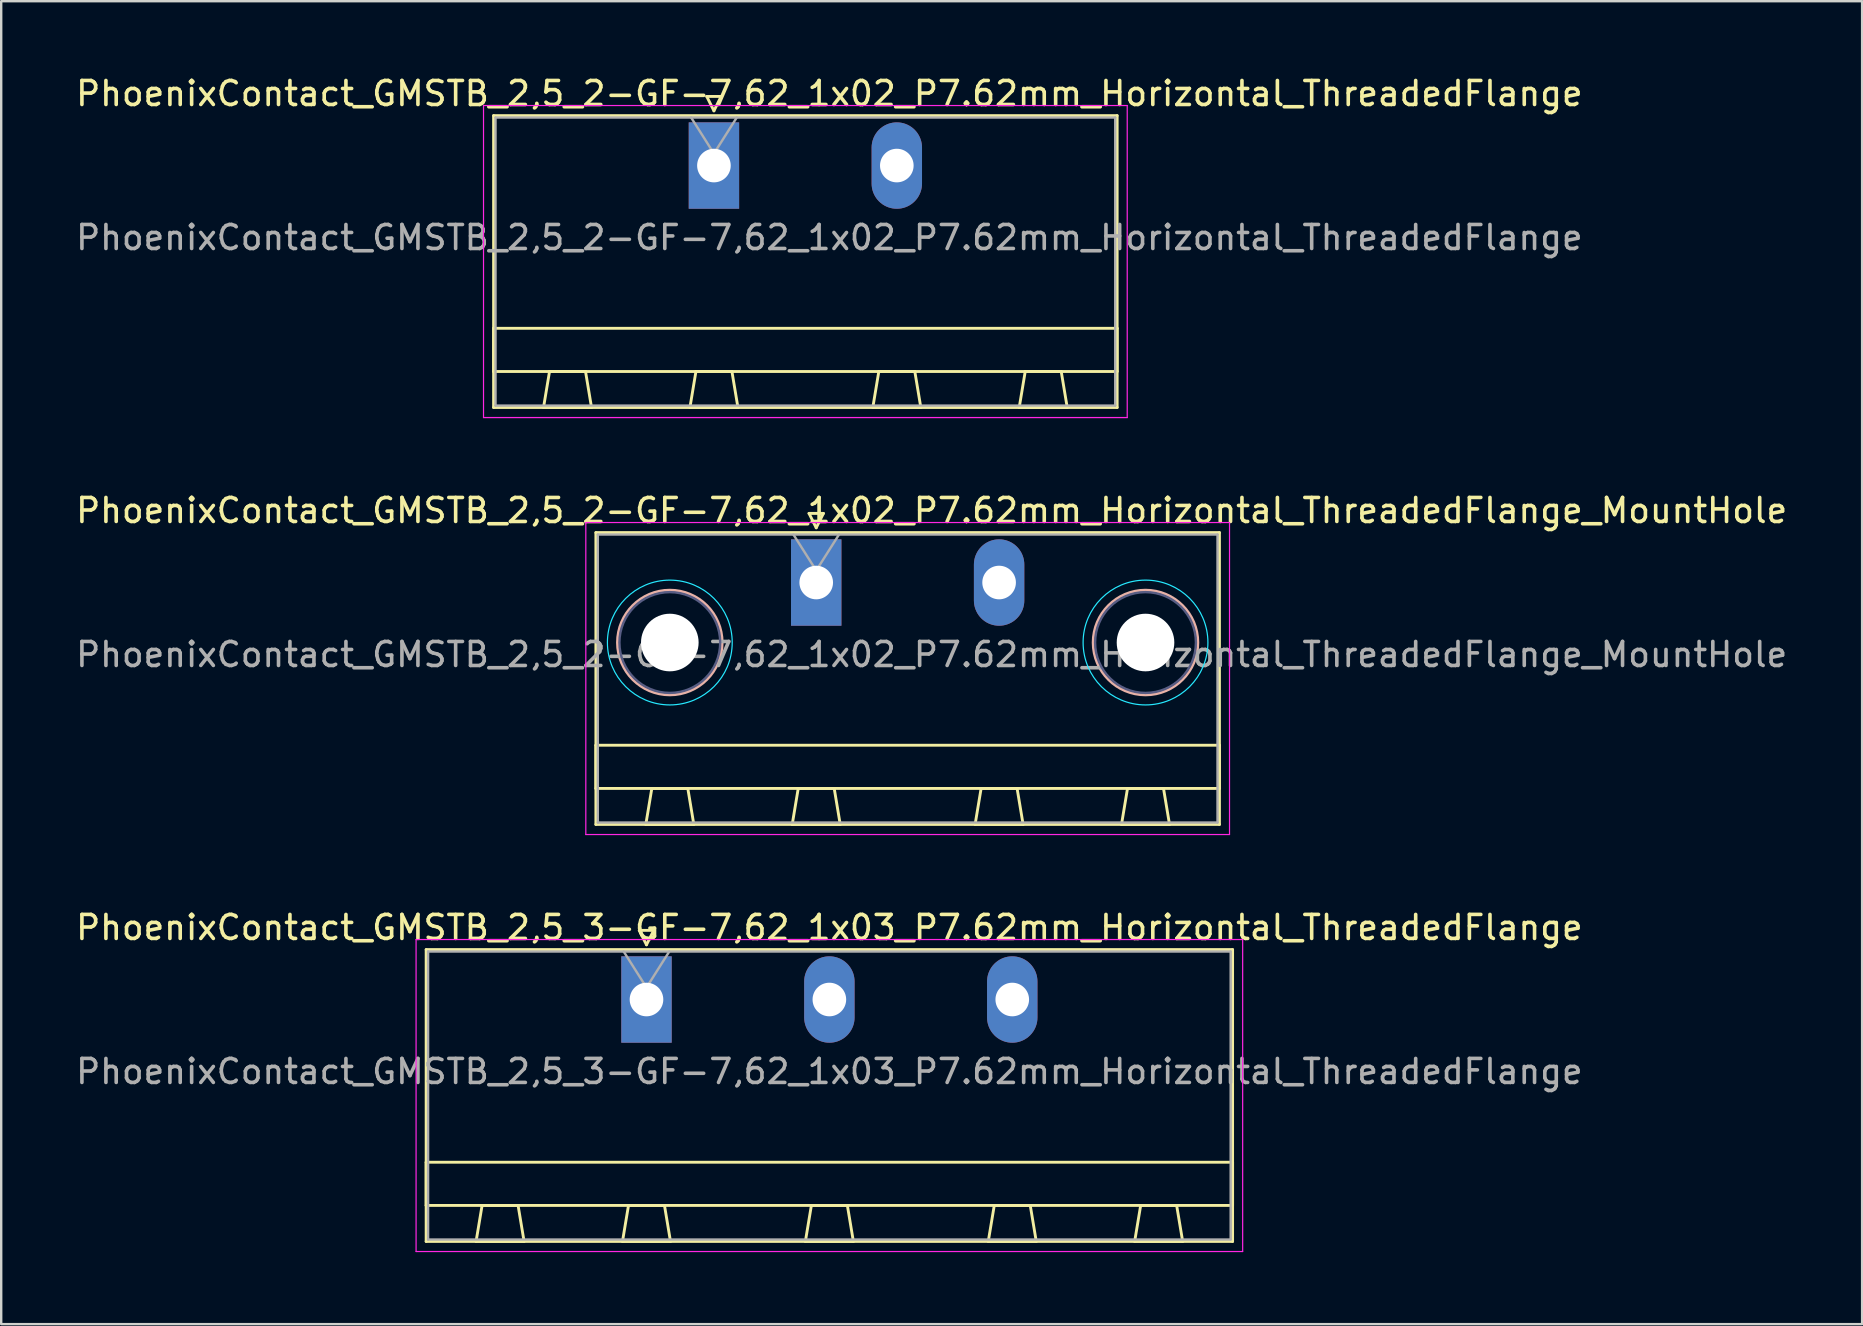
<source format=kicad_pcb>
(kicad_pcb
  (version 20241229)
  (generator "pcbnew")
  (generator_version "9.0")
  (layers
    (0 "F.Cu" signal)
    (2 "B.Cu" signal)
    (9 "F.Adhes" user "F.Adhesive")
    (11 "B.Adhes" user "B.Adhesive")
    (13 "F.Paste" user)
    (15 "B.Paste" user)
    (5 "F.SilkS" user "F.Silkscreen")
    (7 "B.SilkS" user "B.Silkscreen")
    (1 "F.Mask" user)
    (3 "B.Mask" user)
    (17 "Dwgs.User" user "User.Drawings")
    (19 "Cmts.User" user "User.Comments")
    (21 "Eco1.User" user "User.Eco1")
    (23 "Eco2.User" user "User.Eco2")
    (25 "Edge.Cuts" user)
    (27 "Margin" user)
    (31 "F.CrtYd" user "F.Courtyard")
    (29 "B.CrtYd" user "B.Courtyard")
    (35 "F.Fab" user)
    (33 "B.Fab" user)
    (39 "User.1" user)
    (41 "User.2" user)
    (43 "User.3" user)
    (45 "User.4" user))
  (footprint "PhoenixContact_GMSTB_2,5_2-GF-7,62_1x02_P7.62mm_Horizontal_ThreadedFlange_MountHole"
    (layer "F.Cu")
    (at 30.958 21.221)
    (property "Reference" "PhoenixContact_GMSTB_2,5_2-GF-7,62_1x02_P7.62mm_Horizontal_ThreadedFlange_MountHole" (at 4.81 -3 0) (layer "F.SilkS") (effects (font (size 1 1) (thickness 0.15))))
    (attr through_hole)
    (fp_line (start -9.18 -2.08) (end -9.18 10.08) (stroke (width 0.12) (type solid)) (layer "F.SilkS"))
    (fp_line (start -9.18 6.78) (end 16.8 6.78) (stroke (width 0.12) (type solid)) (layer "F.SilkS"))
    (fp_line (start -9.18 8.58) (end -9.18 6.78) (stroke (width 0.12) (type solid)) (layer "F.SilkS"))
    (fp_line (start -9.18 10.08) (end 16.8 10.08) (stroke (width 0.12) (type solid)) (layer "F.SilkS"))
    (fp_line (start -7.1 10.08) (end -5.1 10.08) (stroke (width 0.12) (type solid)) (layer "F.SilkS"))
    (fp_line (start -6.85 8.58) (end -7.1 10.08) (stroke (width 0.12) (type solid)) (layer "F.SilkS"))
    (fp_line (start -5.35 8.58) (end -6.85 8.58) (stroke (width 0.12) (type solid)) (layer "F.SilkS"))
    (fp_line (start -5.1 10.08) (end -5.35 8.58) (stroke (width 0.12) (type solid)) (layer "F.SilkS"))
    (fp_line (start -1 10.08) (end 1 10.08) (stroke (width 0.12) (type solid)) (layer "F.SilkS"))
    (fp_line (start -0.75 8.58) (end -1 10.08) (stroke (width 0.12) (type solid)) (layer "F.SilkS"))
    (fp_line (start -0.3 -2.88) (end 0.3 -2.88) (stroke (width 0.12) (type solid)) (layer "F.SilkS"))
    (fp_line (start 0 -2.28) (end -0.3 -2.88) (stroke (width 0.12) (type solid)) (layer "F.SilkS"))
    (fp_line (start 0.3 -2.88) (end 0 -2.28) (stroke (width 0.12) (type solid)) (layer "F.SilkS"))
    (fp_line (start 0.75 8.58) (end -0.75 8.58) (stroke (width 0.12) (type solid)) (layer "F.SilkS"))
    (fp_line (start 1 10.08) (end 0.75 8.58) (stroke (width 0.12) (type solid)) (layer "F.SilkS"))
    (fp_line (start 6.62 10.08) (end 8.62 10.08) (stroke (width 0.12) (type solid)) (layer "F.SilkS"))
    (fp_line (start 6.87 8.58) (end 6.62 10.08) (stroke (width 0.12) (type solid)) (layer "F.SilkS"))
    (fp_line (start 8.37 8.58) (end 6.87 8.58) (stroke (width 0.12) (type solid)) (layer "F.SilkS"))
    (fp_line (start 8.62 10.08) (end 8.37 8.58) (stroke (width 0.12) (type solid)) (layer "F.SilkS"))
    (fp_line (start 12.72 10.08) (end 14.72 10.08) (stroke (width 0.12) (type solid)) (layer "F.SilkS"))
    (fp_line (start 12.97 8.58) (end 12.72 10.08) (stroke (width 0.12) (type solid)) (layer "F.SilkS"))
    (fp_line (start 14.47 8.58) (end 12.97 8.58) (stroke (width 0.12) (type solid)) (layer "F.SilkS"))
    (fp_line (start 14.72 10.08) (end 14.47 8.58) (stroke (width 0.12) (type solid)) (layer "F.SilkS"))
    (fp_line (start 16.8 -2.08) (end -9.18 -2.08) (stroke (width 0.12) (type solid)) (layer "F.SilkS"))
    (fp_line (start 16.8 6.78) (end 16.8 8.58) (stroke (width 0.12) (type solid)) (layer "F.SilkS"))
    (fp_line (start 16.8 8.58) (end -9.18 8.58) (stroke (width 0.12) (type solid)) (layer "F.SilkS"))
    (fp_line (start 16.8 10.08) (end 16.8 -2.08) (stroke (width 0.12) (type solid)) (layer "F.SilkS"))
    (fp_circle (center -6.1 2.5) (end -3.92 2.5) (stroke (width 0.12) (type solid)) (fill no) (layer "B.SilkS"))
    (fp_circle (center 13.72 2.5) (end 15.9 2.5) (stroke (width 0.12) (type solid)) (fill no) (layer "B.SilkS"))
    (fp_circle (center -6.1 2.5) (end -3.5 2.5) (stroke (width 0.05) (type solid)) (fill no) (layer "B.CrtYd"))
    (fp_circle (center 13.72 2.5) (end 16.32 2.5) (stroke (width 0.05) (type solid)) (fill no) (layer "B.CrtYd"))
    (fp_line (start -9.6 -2.5) (end -9.6 10.5) (stroke (width 0.05) (type solid)) (layer "F.CrtYd"))
    (fp_line (start -9.6 10.5) (end 17.22 10.5) (stroke (width 0.05) (type solid)) (layer "F.CrtYd"))
    (fp_line (start 17.22 -2.5) (end -9.6 -2.5) (stroke (width 0.05) (type solid)) (layer "F.CrtYd"))
    (fp_line (start 17.22 10.5) (end 17.22 -2.5) (stroke (width 0.05) (type solid)) (layer "F.CrtYd"))
    (fp_circle (center -6.1 2.5) (end -4 2.5) (stroke (width 0.1) (type solid)) (fill no) (layer "B.Fab"))
    (fp_circle (center 13.72 2.5) (end 15.82 2.5) (stroke (width 0.1) (type solid)) (fill no) (layer "B.Fab"))
    (fp_line (start -9.1 -2) (end -9.1 10) (stroke (width 0.1) (type solid)) (layer "F.Fab"))
    (fp_line (start -9.1 10) (end 16.72 10) (stroke (width 0.1) (type solid)) (layer "F.Fab"))
    (fp_line (start 0 -0.5) (end -0.95 -2) (stroke (width 0.1) (type solid)) (layer "F.Fab"))
    (fp_line (start 0.95 -2) (end 0 -0.5) (stroke (width 0.1) (type solid)) (layer "F.Fab"))
    (fp_line (start 16.72 -2) (end -9.1 -2) (stroke (width 0.1) (type solid)) (layer "F.Fab"))
    (fp_line (start 16.72 10) (end 16.72 -2) (stroke (width 0.1) (type solid)) (layer "F.Fab"))
    (fp_text user "${REFERENCE}" (at 4.81 3 0) (layer "F.Fab") (effects (font (size 1 1) (thickness 0.15))))
    (pad "" np_thru_hole circle (at -6.1 2.5) (size 2.4 2.4) (drill 2.4) (layers "*.Cu" "*.Mask"))
    (pad "" np_thru_hole circle (at 13.72 2.5) (size 2.4 2.4) (drill 2.4) (layers "*.Cu" "*.Mask"))
    (pad "1" thru_hole rect (at 0 0) (size 2.1 3.6) (drill 1.4) (layers "*.Cu" "*.Mask"))
    (pad "2" thru_hole oval (at 7.62 0) (size 2.1 3.6) (drill 1.4) (layers "*.Cu" "*.Mask")))
  (footprint "PhoenixContact_GMSTB_2,5_3-GF-7,62_1x03_P7.62mm_Horizontal_ThreadedFlange"
    (layer "F.Cu")
    (at 23.886 38.595)
    (property "Reference" "PhoenixContact_GMSTB_2,5_3-GF-7,62_1x03_P7.62mm_Horizontal_ThreadedFlange" (at 7.62 -3 0) (layer "F.SilkS") (effects (font (size 1 1) (thickness 0.15))))
    (attr through_hole)
    (fp_line (start -9.18 -2.08) (end -9.18 10.08) (stroke (width 0.12) (type solid)) (layer "F.SilkS"))
    (fp_line (start -9.18 6.78) (end 24.42 6.78) (stroke (width 0.12) (type solid)) (layer "F.SilkS"))
    (fp_line (start -9.18 8.58) (end -9.18 6.78) (stroke (width 0.12) (type solid)) (layer "F.SilkS"))
    (fp_line (start -9.18 10.08) (end 24.42 10.08) (stroke (width 0.12) (type solid)) (layer "F.SilkS"))
    (fp_line (start -7.1 10.08) (end -5.1 10.08) (stroke (width 0.12) (type solid)) (layer "F.SilkS"))
    (fp_line (start -6.85 8.58) (end -7.1 10.08) (stroke (width 0.12) (type solid)) (layer "F.SilkS"))
    (fp_line (start -5.35 8.58) (end -6.85 8.58) (stroke (width 0.12) (type solid)) (layer "F.SilkS"))
    (fp_line (start -5.1 10.08) (end -5.35 8.58) (stroke (width 0.12) (type solid)) (layer "F.SilkS"))
    (fp_line (start -1 10.08) (end 1 10.08) (stroke (width 0.12) (type solid)) (layer "F.SilkS"))
    (fp_line (start -0.75 8.58) (end -1 10.08) (stroke (width 0.12) (type solid)) (layer "F.SilkS"))
    (fp_line (start -0.3 -2.88) (end 0.3 -2.88) (stroke (width 0.12) (type solid)) (layer "F.SilkS"))
    (fp_line (start 0 -2.28) (end -0.3 -2.88) (stroke (width 0.12) (type solid)) (layer "F.SilkS"))
    (fp_line (start 0.3 -2.88) (end 0 -2.28) (stroke (width 0.12) (type solid)) (layer "F.SilkS"))
    (fp_line (start 0.75 8.58) (end -0.75 8.58) (stroke (width 0.12) (type solid)) (layer "F.SilkS"))
    (fp_line (start 1 10.08) (end 0.75 8.58) (stroke (width 0.12) (type solid)) (layer "F.SilkS"))
    (fp_line (start 6.62 10.08) (end 8.62 10.08) (stroke (width 0.12) (type solid)) (layer "F.SilkS"))
    (fp_line (start 6.87 8.58) (end 6.62 10.08) (stroke (width 0.12) (type solid)) (layer "F.SilkS"))
    (fp_line (start 8.37 8.58) (end 6.87 8.58) (stroke (width 0.12) (type solid)) (layer "F.SilkS"))
    (fp_line (start 8.62 10.08) (end 8.37 8.58) (stroke (width 0.12) (type solid)) (layer "F.SilkS"))
    (fp_line (start 14.24 10.08) (end 16.24 10.08) (stroke (width 0.12) (type solid)) (layer "F.SilkS"))
    (fp_line (start 14.49 8.58) (end 14.24 10.08) (stroke (width 0.12) (type solid)) (layer "F.SilkS"))
    (fp_line (start 15.99 8.58) (end 14.49 8.58) (stroke (width 0.12) (type solid)) (layer "F.SilkS"))
    (fp_line (start 16.24 10.08) (end 15.99 8.58) (stroke (width 0.12) (type solid)) (layer "F.SilkS"))
    (fp_line (start 20.34 10.08) (end 22.34 10.08) (stroke (width 0.12) (type solid)) (layer "F.SilkS"))
    (fp_line (start 20.59 8.58) (end 20.34 10.08) (stroke (width 0.12) (type solid)) (layer "F.SilkS"))
    (fp_line (start 22.09 8.58) (end 20.59 8.58) (stroke (width 0.12) (type solid)) (layer "F.SilkS"))
    (fp_line (start 22.34 10.08) (end 22.09 8.58) (stroke (width 0.12) (type solid)) (layer "F.SilkS"))
    (fp_line (start 24.42 -2.08) (end -9.18 -2.08) (stroke (width 0.12) (type solid)) (layer "F.SilkS"))
    (fp_line (start 24.42 6.78) (end 24.42 8.58) (stroke (width 0.12) (type solid)) (layer "F.SilkS"))
    (fp_line (start 24.42 8.58) (end -9.18 8.58) (stroke (width 0.12) (type solid)) (layer "F.SilkS"))
    (fp_line (start 24.42 10.08) (end 24.42 -2.08) (stroke (width 0.12) (type solid)) (layer "F.SilkS"))
    (fp_line (start -9.6 -2.5) (end -9.6 10.5) (stroke (width 0.05) (type solid)) (layer "F.CrtYd"))
    (fp_line (start -9.6 10.5) (end 24.84 10.5) (stroke (width 0.05) (type solid)) (layer "F.CrtYd"))
    (fp_line (start 24.84 -2.5) (end -9.6 -2.5) (stroke (width 0.05) (type solid)) (layer "F.CrtYd"))
    (fp_line (start 24.84 10.5) (end 24.84 -2.5) (stroke (width 0.05) (type solid)) (layer "F.CrtYd"))
    (fp_line (start -9.1 -2) (end -9.1 10) (stroke (width 0.1) (type solid)) (layer "F.Fab"))
    (fp_line (start -9.1 10) (end 24.34 10) (stroke (width 0.1) (type solid)) (layer "F.Fab"))
    (fp_line (start 0 -0.5) (end -0.95 -2) (stroke (width 0.1) (type solid)) (layer "F.Fab"))
    (fp_line (start 0.95 -2) (end 0 -0.5) (stroke (width 0.1) (type solid)) (layer "F.Fab"))
    (fp_line (start 24.34 -2) (end -9.1 -2) (stroke (width 0.1) (type solid)) (layer "F.Fab"))
    (fp_line (start 24.34 10) (end 24.34 -2) (stroke (width 0.1) (type solid)) (layer "F.Fab"))
    (fp_text user "${REFERENCE}" (at 7.62 3 0) (layer "F.Fab") (effects (font (size 1 1) (thickness 0.15))))
    (pad "1" thru_hole rect (at 0 0) (size 2.1 3.6) (drill 1.4) (layers "*.Cu" "*.Mask"))
    (pad "2" thru_hole oval (at 7.62 0) (size 2.1 3.6) (drill 1.4) (layers "*.Cu" "*.Mask"))
    (pad "3" thru_hole oval (at 15.24 0) (size 2.1 3.6) (drill 1.4) (layers "*.Cu" "*.Mask")))
  (footprint "PhoenixContact_GMSTB_2,5_2-GF-7,62_1x02_P7.62mm_Horizontal_ThreadedFlange"
    (layer "F.Cu")
    (at 26.696 3.848)
    (property "Reference" "PhoenixContact_GMSTB_2,5_2-GF-7,62_1x02_P7.62mm_Horizontal_ThreadedFlange" (at 4.81 -3 0) (layer "F.SilkS") (effects (font (size 1 1) (thickness 0.15))))
    (attr through_hole)
    (fp_line (start -9.18 -2.08) (end -9.18 10.08) (stroke (width 0.12) (type solid)) (layer "F.SilkS"))
    (fp_line (start -9.18 6.78) (end 16.8 6.78) (stroke (width 0.12) (type solid)) (layer "F.SilkS"))
    (fp_line (start -9.18 8.58) (end -9.18 6.78) (stroke (width 0.12) (type solid)) (layer "F.SilkS"))
    (fp_line (start -9.18 10.08) (end 16.8 10.08) (stroke (width 0.12) (type solid)) (layer "F.SilkS"))
    (fp_line (start -7.1 10.08) (end -5.1 10.08) (stroke (width 0.12) (type solid)) (layer "F.SilkS"))
    (fp_line (start -6.85 8.58) (end -7.1 10.08) (stroke (width 0.12) (type solid)) (layer "F.SilkS"))
    (fp_line (start -5.35 8.58) (end -6.85 8.58) (stroke (width 0.12) (type solid)) (layer "F.SilkS"))
    (fp_line (start -5.1 10.08) (end -5.35 8.58) (stroke (width 0.12) (type solid)) (layer "F.SilkS"))
    (fp_line (start -1 10.08) (end 1 10.08) (stroke (width 0.12) (type solid)) (layer "F.SilkS"))
    (fp_line (start -0.75 8.58) (end -1 10.08) (stroke (width 0.12) (type solid)) (layer "F.SilkS"))
    (fp_line (start -0.3 -2.88) (end 0.3 -2.88) (stroke (width 0.12) (type solid)) (layer "F.SilkS"))
    (fp_line (start 0 -2.28) (end -0.3 -2.88) (stroke (width 0.12) (type solid)) (layer "F.SilkS"))
    (fp_line (start 0.3 -2.88) (end 0 -2.28) (stroke (width 0.12) (type solid)) (layer "F.SilkS"))
    (fp_line (start 0.75 8.58) (end -0.75 8.58) (stroke (width 0.12) (type solid)) (layer "F.SilkS"))
    (fp_line (start 1 10.08) (end 0.75 8.58) (stroke (width 0.12) (type solid)) (layer "F.SilkS"))
    (fp_line (start 6.62 10.08) (end 8.62 10.08) (stroke (width 0.12) (type solid)) (layer "F.SilkS"))
    (fp_line (start 6.87 8.58) (end 6.62 10.08) (stroke (width 0.12) (type solid)) (layer "F.SilkS"))
    (fp_line (start 8.37 8.58) (end 6.87 8.58) (stroke (width 0.12) (type solid)) (layer "F.SilkS"))
    (fp_line (start 8.62 10.08) (end 8.37 8.58) (stroke (width 0.12) (type solid)) (layer "F.SilkS"))
    (fp_line (start 12.72 10.08) (end 14.72 10.08) (stroke (width 0.12) (type solid)) (layer "F.SilkS"))
    (fp_line (start 12.97 8.58) (end 12.72 10.08) (stroke (width 0.12) (type solid)) (layer "F.SilkS"))
    (fp_line (start 14.47 8.58) (end 12.97 8.58) (stroke (width 0.12) (type solid)) (layer "F.SilkS"))
    (fp_line (start 14.72 10.08) (end 14.47 8.58) (stroke (width 0.12) (type solid)) (layer "F.SilkS"))
    (fp_line (start 16.8 -2.08) (end -9.18 -2.08) (stroke (width 0.12) (type solid)) (layer "F.SilkS"))
    (fp_line (start 16.8 6.78) (end 16.8 8.58) (stroke (width 0.12) (type solid)) (layer "F.SilkS"))
    (fp_line (start 16.8 8.58) (end -9.18 8.58) (stroke (width 0.12) (type solid)) (layer "F.SilkS"))
    (fp_line (start 16.8 10.08) (end 16.8 -2.08) (stroke (width 0.12) (type solid)) (layer "F.SilkS"))
    (fp_line (start -9.6 -2.5) (end -9.6 10.5) (stroke (width 0.05) (type solid)) (layer "F.CrtYd"))
    (fp_line (start -9.6 10.5) (end 17.22 10.5) (stroke (width 0.05) (type solid)) (layer "F.CrtYd"))
    (fp_line (start 17.22 -2.5) (end -9.6 -2.5) (stroke (width 0.05) (type solid)) (layer "F.CrtYd"))
    (fp_line (start 17.22 10.5) (end 17.22 -2.5) (stroke (width 0.05) (type solid)) (layer "F.CrtYd"))
    (fp_line (start -9.1 -2) (end -9.1 10) (stroke (width 0.1) (type solid)) (layer "F.Fab"))
    (fp_line (start -9.1 10) (end 16.72 10) (stroke (width 0.1) (type solid)) (layer "F.Fab"))
    (fp_line (start 0 -0.5) (end -0.95 -2) (stroke (width 0.1) (type solid)) (layer "F.Fab"))
    (fp_line (start 0.95 -2) (end 0 -0.5) (stroke (width 0.1) (type solid)) (layer "F.Fab"))
    (fp_line (start 16.72 -2) (end -9.1 -2) (stroke (width 0.1) (type solid)) (layer "F.Fab"))
    (fp_line (start 16.72 10) (end 16.72 -2) (stroke (width 0.1) (type solid)) (layer "F.Fab"))
    (fp_text user "${REFERENCE}" (at 4.81 3 0) (layer "F.Fab") (effects (font (size 1 1) (thickness 0.15))))
    (pad "1" thru_hole rect (at 0 0) (size 2.1 3.6) (drill 1.4) (layers "*.Cu" "*.Mask"))
    (pad "2" thru_hole oval (at 7.62 0) (size 2.1 3.6) (drill 1.4) (layers "*.Cu" "*.Mask")))
  (gr_rect
    (start -3 -3)
    (end 74.536 52.12)
    (stroke (width 0.1) (type default))
    (fill no)
    (layer "Edge.Cuts")))
</source>
